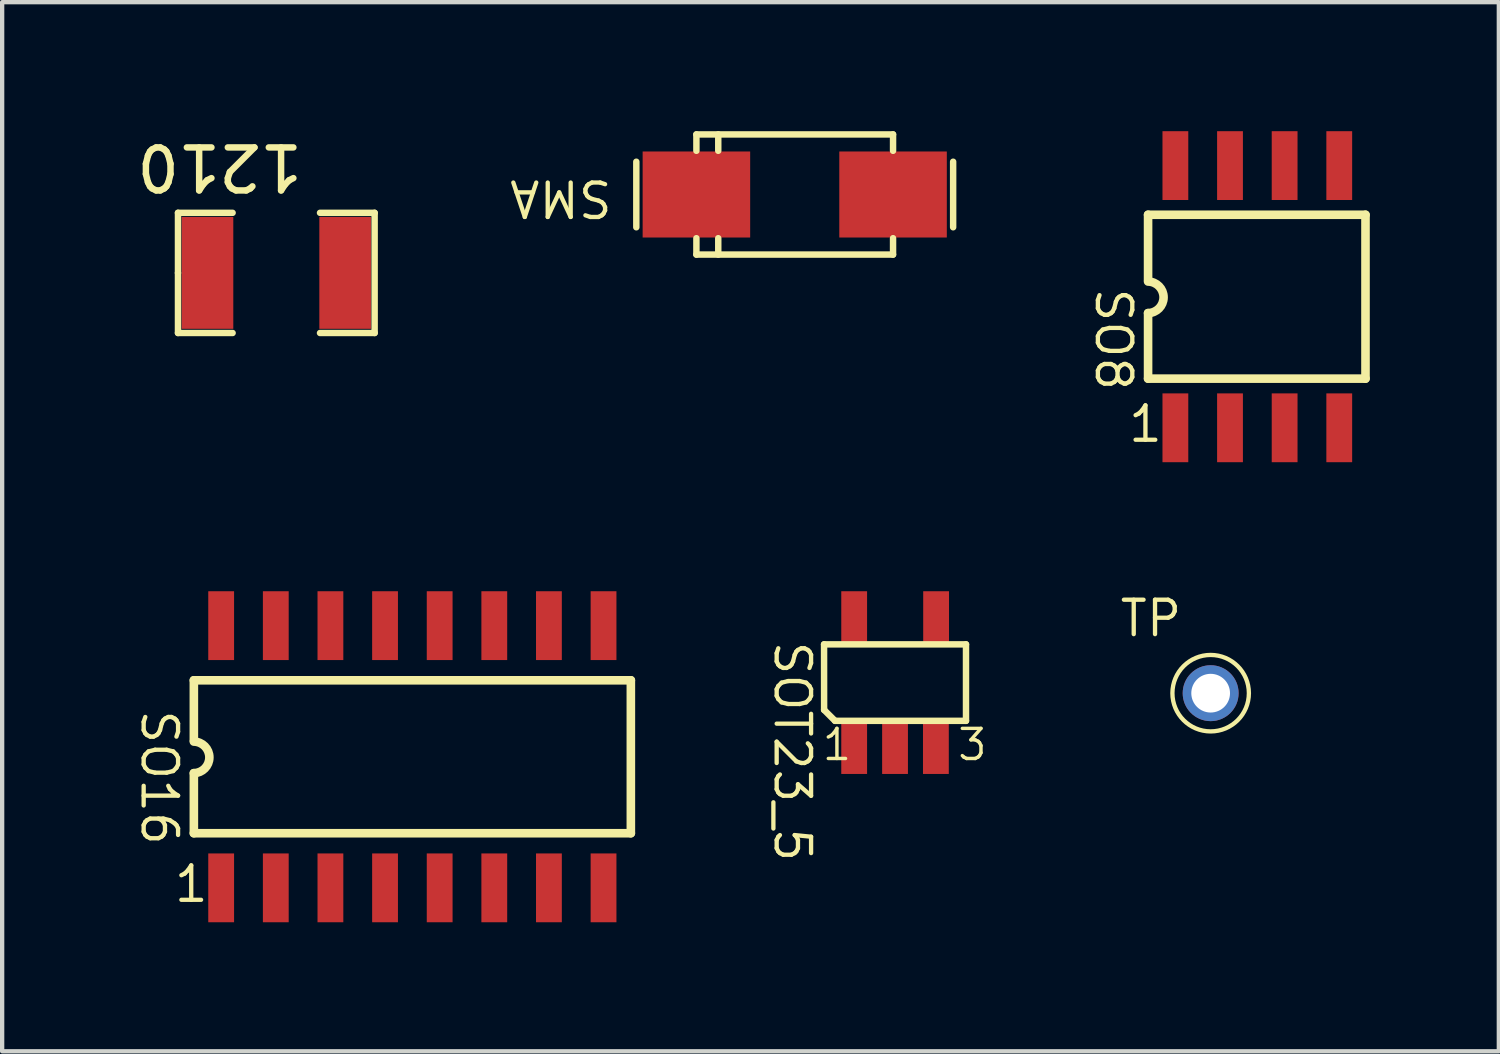
<source format=kicad_pcb>
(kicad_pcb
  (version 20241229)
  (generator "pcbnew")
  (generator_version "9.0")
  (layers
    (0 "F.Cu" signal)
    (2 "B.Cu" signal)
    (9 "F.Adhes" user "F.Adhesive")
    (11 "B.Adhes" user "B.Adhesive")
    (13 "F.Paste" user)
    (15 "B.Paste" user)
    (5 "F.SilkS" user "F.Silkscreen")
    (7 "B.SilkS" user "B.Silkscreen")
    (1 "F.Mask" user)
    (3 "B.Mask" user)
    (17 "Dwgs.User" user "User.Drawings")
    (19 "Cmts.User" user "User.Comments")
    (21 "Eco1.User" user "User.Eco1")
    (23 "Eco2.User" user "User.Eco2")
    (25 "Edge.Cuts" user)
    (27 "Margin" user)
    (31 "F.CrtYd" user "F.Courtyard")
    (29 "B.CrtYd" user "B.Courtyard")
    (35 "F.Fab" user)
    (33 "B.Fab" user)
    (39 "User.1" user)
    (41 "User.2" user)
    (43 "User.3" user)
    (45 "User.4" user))
  (footprint "SOT23_5"
    (layer "F.Cu")
    (at 16.809 14.344)
    (property "Reference" "SOT23_5" (at -1.905 -2.54 270) (unlocked yes) (layer "F.SilkS") (effects (font (size 0.8 0.8) (thickness 0.1)) (justify left bottom)))
    (fp_line (start -0.7 -2.413) (end -0.699 -0.889) (stroke (width 0.15) (type solid)) (layer "F.SilkS"))
    (fp_line (start -0.7 -2.413) (end 2.6 -2.413) (stroke (width 0.15) (type solid)) (layer "F.SilkS"))
    (fp_line (start -0.699 -0.889) (end -0.445 -0.635) (stroke (width 0.15) (type solid)) (layer "F.SilkS"))
    (fp_line (start -0.445 -0.635) (end 2.6 -0.635) (stroke (width 0.15) (type solid)) (layer "F.SilkS"))
    (fp_line (start 2.6 -2.413) (end 2.6 -0.635) (stroke (width 0.15) (type solid)) (layer "F.SilkS"))
    (fp_text user "1" (at -0.787 0.33 0) (unlocked yes) (layer "F.SilkS") (effects (font (size 0.7 0.7) (thickness 0.08)) (justify left bottom)))
    (fp_text user "3" (at 2.362 0.33 0) (unlocked yes) (layer "F.SilkS") (effects (font (size 0.7 0.7) (thickness 0.08)) (justify left bottom)))
    (pad "1" smd rect (at 0 0) (size 0.6 1.2) (layers "F.Cu" "F.Mask" "F.Paste"))
    (pad "2" smd rect (at 0.95 0) (size 0.6 1.2) (layers "F.Cu" "F.Mask" "F.Paste"))
    (pad "3" smd rect (at 1.9 0) (size 0.6 1.2) (layers "F.Cu" "F.Mask" "F.Paste"))
    (pad "4" smd rect (at 1.905 -3.048) (size 0.6 1.2) (layers "F.Cu" "F.Mask" "F.Paste"))
    (pad "5" smd rect (at 0 -3.048) (size 0.6 1.2) (layers "F.Cu" "F.Mask" "F.Paste")))
  (footprint "SO8"
    (layer "F.Cu")
    (at 24.277 6.896)
    (property "Reference" "SO8" (at -1.905 -3.302 270) (unlocked yes) (layer "F.SilkS") (effects (font (size 0.8 0.8) (thickness 0.1)) (justify left bottom)))
    (fp_line (start -0.635 -4.953) (end -0.635 -3.429) (stroke (width 0.2) (type solid)) (layer "F.SilkS"))
    (fp_line (start -0.635 -4.953) (end 4.42 -4.953) (stroke (width 0.2) (type solid)) (layer "F.SilkS"))
    (fp_line (start -0.635 -2.667) (end -0.635 -1.143) (stroke (width 0.2) (type solid)) (layer "F.SilkS"))
    (fp_line (start -0.635 -1.143) (end 4.42 -1.143) (stroke (width 0.2) (type solid)) (layer "F.SilkS"))
    (fp_line (start 4.42 -4.953) (end 4.42 -1.143) (stroke (width 0.2) (type solid)) (layer "F.SilkS"))
    (fp_arc (start -0.635 -3.40034) (mid -0.26833 -3.03367) (end -0.635 -2.667) (stroke (width 0.2) (type solid)) (layer "F.SilkS"))
    (fp_text user "1" (at -1.143 0.381 0) (unlocked yes) (layer "F.SilkS") (effects (font (size 0.8 0.8) (thickness 0.1)) (justify left bottom)))
    (pad "1" smd rect (at 0 0 90) (size 1.6 0.6) (layers "F.Cu" "F.Mask" "F.Paste"))
    (pad "2" smd rect (at 1.27 0 90) (size 1.6 0.6) (layers "F.Cu" "F.Mask" "F.Paste"))
    (pad "3" smd rect (at 2.54 0 90) (size 1.6 0.6) (layers "F.Cu" "F.Mask" "F.Paste"))
    (pad "4" smd rect (at 3.81 0 90) (size 1.6 0.6) (layers "F.Cu" "F.Mask" "F.Paste"))
    (pad "5" smd rect (at 3.81 -6.096 90) (size 1.6 0.6) (layers "F.Cu" "F.Mask" "F.Paste"))
    (pad "6" smd rect (at 2.54 -6.096 90) (size 1.6 0.6) (layers "F.Cu" "F.Mask" "F.Paste"))
    (pad "7" smd rect (at 1.27 -6.096 90) (size 1.6 0.6) (layers "F.Cu" "F.Mask" "F.Paste"))
    (pad "8" smd rect (at 0 -6.096 90) (size 1.6 0.6) (layers "F.Cu" "F.Mask" "F.Paste")))
  (footprint "TP"
    (layer "F.Cu")
    (at 25.097 13.066)
    (property "Reference" "TP" (at -2.159 -1.27 0) (unlocked yes) (layer "F.SilkS") (effects (font (size 0.8 0.8) (thickness 0.1)) (justify left bottom)))
    (fp_circle (center 0 0) (end 0 -0.889) (stroke (width 0.1) (type solid)) (fill no) (layer "F.SilkS"))
    (pad "1" thru_hole circle (at 0 0 90) (size 1.3 1.3) (drill 0.9) (layers "*.Cu" "*.Mask")))
  (footprint "SMA"
    (layer "F.Cu")
    (at 13.141 1.472)
    (property "Reference" "SMA" (at -1.905 -0.381 180) (unlocked yes) (layer "F.SilkS") (effects (font (size 0.8 0.8) (thickness 0.1)) (justify left bottom)))
    (fp_line (start -1.397 0.762) (end -1.397 -0.762) (stroke (width 0.15) (type solid)) (layer "F.SilkS"))
    (fp_line (start 0 -1.016) (end 0 -1.397) (stroke (width 0.15) (type solid)) (layer "F.SilkS"))
    (fp_line (start 0 1.397) (end 0 1.016) (stroke (width 0.15) (type solid)) (layer "F.SilkS"))
    (fp_line (start 0.508 -1.016) (end 0.508 -1.397) (stroke (width 0.15) (type solid)) (layer "F.SilkS"))
    (fp_line (start 0.508 1.397) (end 0.508 1.016) (stroke (width 0.15) (type solid)) (layer "F.SilkS"))
    (fp_line (start 4.572 -1.397) (end 0 -1.397) (stroke (width 0.15) (type solid)) (layer "F.SilkS"))
    (fp_line (start 4.572 -1.016) (end 4.572 -1.397) (stroke (width 0.15) (type solid)) (layer "F.SilkS"))
    (fp_line (start 4.572 1.397) (end 0 1.397) (stroke (width 0.15) (type solid)) (layer "F.SilkS"))
    (fp_line (start 4.572 1.397) (end 4.572 1.016) (stroke (width 0.15) (type solid)) (layer "F.SilkS"))
    (fp_line (start 5.969 0.762) (end 5.969 -0.762) (stroke (width 0.15) (type solid)) (layer "F.SilkS"))
    (pad "1" smd rect (at 0 0) (size 2.5 2) (layers "F.Cu" "F.Mask" "F.Paste"))
    (pad "2" smd rect (at 4.572 0) (size 2.5 2) (layers "F.Cu" "F.Mask" "F.Paste")))
  (footprint "1210"
    (layer "F.Cu")
    (at 1.774 3.295)
    (property "Reference" "1210" (at 2.286 -3.048 180) (unlocked yes) (layer "F.SilkS") (effects (font (size 1 1) (thickness 0.15)) (justify left bottom)))
    (fp_line (start -0.686 0) (end -0.686 -1.397) (stroke (width 0.15) (type solid)) (layer "F.SilkS"))
    (fp_line (start -0.686 1.397) (end -0.686 0) (stroke (width 0.15) (type solid)) (layer "F.SilkS"))
    (fp_line (start 0.584 -1.397) (end -0.686 -1.397) (stroke (width 0.15) (type solid)) (layer "F.SilkS"))
    (fp_line (start 0.584 1.397) (end -0.686 1.397) (stroke (width 0.15) (type solid)) (layer "F.SilkS"))
    (fp_line (start 3.886 -1.397) (end 2.616 -1.397) (stroke (width 0.15) (type solid)) (layer "F.SilkS"))
    (fp_line (start 3.886 1.397) (end 2.616 1.397) (stroke (width 0.15) (type solid)) (layer "F.SilkS"))
    (fp_line (start 3.886 1.397) (end 3.886 -1.397) (stroke (width 0.15) (type solid)) (layer "F.SilkS"))
    (pad "1" smd rect (at 0 0) (size 1.2 2.6) (layers "F.Cu" "F.Mask" "F.Paste"))
    (pad "2" smd rect (at 3.2 0) (size 1.2 2.6) (layers "F.Cu" "F.Mask" "F.Paste")))
  (footprint "SO16"
    (layer "F.Cu")
    (at 2.092 17.592)
    (property "Reference" "SO16" (at -1.905 -4.191 270) (unlocked yes) (layer "F.SilkS") (effects (font (size 0.8 0.8) (thickness 0.1)) (justify left bottom)))
    (fp_line (start -0.635 -4.826) (end -0.635 -3.429) (stroke (width 0.2) (type solid)) (layer "F.SilkS"))
    (fp_line (start -0.635 -2.667) (end -0.635 -1.27) (stroke (width 0.2) (type solid)) (layer "F.SilkS"))
    (fp_line (start 9.525 -4.826) (end -0.635 -4.826) (stroke (width 0.2) (type solid)) (layer "F.SilkS"))
    (fp_line (start 9.525 -4.826) (end 9.525 -1.27) (stroke (width 0.2) (type solid)) (layer "F.SilkS"))
    (fp_line (start 9.525 -1.27) (end -0.635 -1.27) (stroke (width 0.2) (type solid)) (layer "F.SilkS"))
    (fp_arc (start -0.635 -3.40034) (mid -0.26833 -3.03367) (end -0.635 -2.667) (stroke (width 0.2) (type solid)) (layer "F.SilkS"))
    (fp_text user "1" (at -1.143 0.381 0) (unlocked yes) (layer "F.SilkS") (effects (font (size 0.8 0.8) (thickness 0.1)) (justify left bottom)))
    (pad "1" smd rect (at 0 0 90) (size 1.6 0.6) (layers "F.Cu" "F.Mask" "F.Paste"))
    (pad "2" smd rect (at 1.27 0 90) (size 1.6 0.6) (layers "F.Cu" "F.Mask" "F.Paste"))
    (pad "3" smd rect (at 2.54 0 90) (size 1.6 0.6) (layers "F.Cu" "F.Mask" "F.Paste"))
    (pad "4" smd rect (at 3.81 0 90) (size 1.6 0.6) (layers "F.Cu" "F.Mask" "F.Paste"))
    (pad "5" smd rect (at 5.08 0 90) (size 1.6 0.6) (layers "F.Cu" "F.Mask" "F.Paste"))
    (pad "6" smd rect (at 6.35 0 90) (size 1.6 0.6) (layers "F.Cu" "F.Mask" "F.Paste"))
    (pad "7" smd rect (at 7.62 0 90) (size 1.6 0.6) (layers "F.Cu" "F.Mask" "F.Paste"))
    (pad "8" smd rect (at 8.89 0 90) (size 1.6 0.6) (layers "F.Cu" "F.Mask" "F.Paste"))
    (pad "9" smd rect (at 8.89 -6.096 90) (size 1.6 0.6) (layers "F.Cu" "F.Mask" "F.Paste"))
    (pad "10" smd rect (at 7.62 -6.096 90) (size 1.6 0.6) (layers "F.Cu" "F.Mask" "F.Paste"))
    (pad "11" smd rect (at 6.35 -6.096 90) (size 1.6 0.6) (layers "F.Cu" "F.Mask" "F.Paste"))
    (pad "12" smd rect (at 5.08 -6.096 90) (size 1.6 0.6) (layers "F.Cu" "F.Mask" "F.Paste"))
    (pad "13" smd rect (at 3.81 -6.096 90) (size 1.6 0.6) (layers "F.Cu" "F.Mask" "F.Paste"))
    (pad "14" smd rect (at 2.54 -6.096 90) (size 1.6 0.6) (layers "F.Cu" "F.Mask" "F.Paste"))
    (pad "15" smd rect (at 1.27 -6.096 90) (size 1.6 0.6) (layers "F.Cu" "F.Mask" "F.Paste"))
    (pad "16" smd rect (at 0 -6.096 90) (size 1.6 0.6) (layers "F.Cu" "F.Mask" "F.Paste")))
  (gr_rect
    (start -3 -3)
    (end 31.797 21.392)
    (stroke (width 0.1) (type default))
    (fill no)
    (layer "Edge.Cuts")))
</source>
